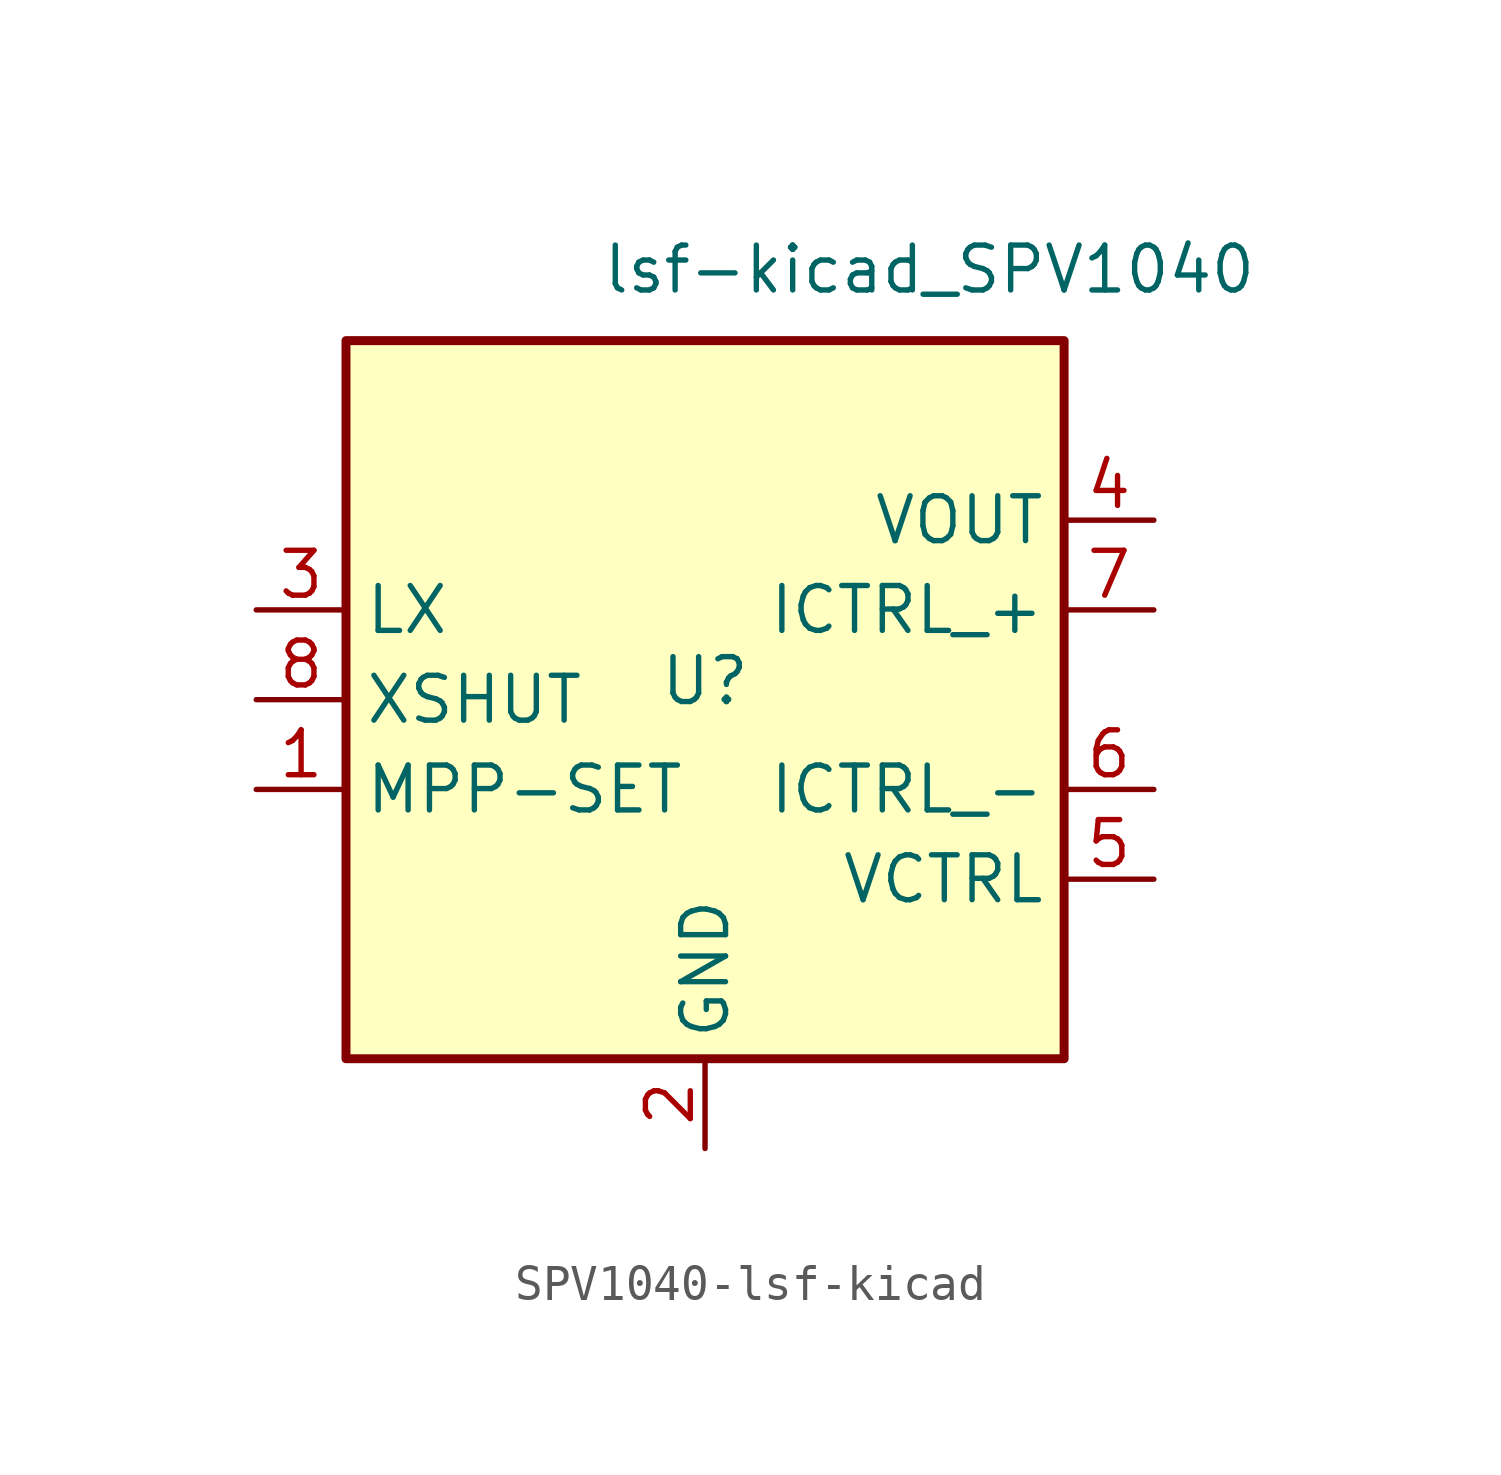
<source format=kicad_sym>
(kicad_symbol_lib
  (version 20220914)
  (generator kicad_symbol_editor)
  (symbol "SPV1040-lsf-kicad"
    (property "Reference" "U"
      (at 0 1.27 0)
      (effects (font (size 1.27 1.27)) (justify top)))
    (property "Value" "lsf-kicad_SPV1040"
      (at 6.35 11.43 0)
      (effects (font (size 1.27 1.27)) (justify bottom)))
    (symbol "SPV1040-lsf-kicad_0_1"
      (rectangle (start -10.16 10.16) (end 10.16 -10.16) (stroke (width 0.254) (type solid)) (fill (type background))))
    (symbol "SPV1040-lsf-kicad_1_1"
      (pin input line (at -12.7 -2.54 0) (length 2.54) (name "MPP-SET" (effects (font (size 1.27 1.27)))) (number "1" (effects (font (size 1.27 1.27)))))
      (pin power_in line (at 0 -12.7 90) (length 2.54) (name "GND" (effects (font (size 1.27 1.27)))) (number "2" (effects (font (size 1.27 1.27)))))
      (pin input line (at -12.7 2.54 0) (length 2.54) (name "LX" (effects (font (size 1.27 1.27)))) (number "3" (effects (font (size 1.27 1.27)))))
      (pin power_out line (at 12.7 5.08 180) (length 2.54) (name "VOUT" (effects (font (size 1.27 1.27)))) (number "4" (effects (font (size 1.27 1.27)))))
      (pin input line (at 12.7 -5.08 180) (length 2.54) (name "VCTRL" (effects (font (size 1.27 1.27)))) (number "5" (effects (font (size 1.27 1.27)))))
      (pin input line (at 12.7 -2.54 180) (length 2.54) (name "ICTRL_-" (effects (font (size 1.27 1.27)))) (number "6" (effects (font (size 1.27 1.27)))))
      (pin input line (at 12.7 2.54 180) (length 2.54) (name "ICTRL_+" (effects (font (size 1.27 1.27)))) (number "7" (effects (font (size 1.27 1.27)))))
      (pin input line (at -12.7 0 0) (length 2.54) (name "XSHUT" (effects (font (size 1.27 1.27)))) (number "8" (effects (font (size 1.27 1.27))))))))
</source>
